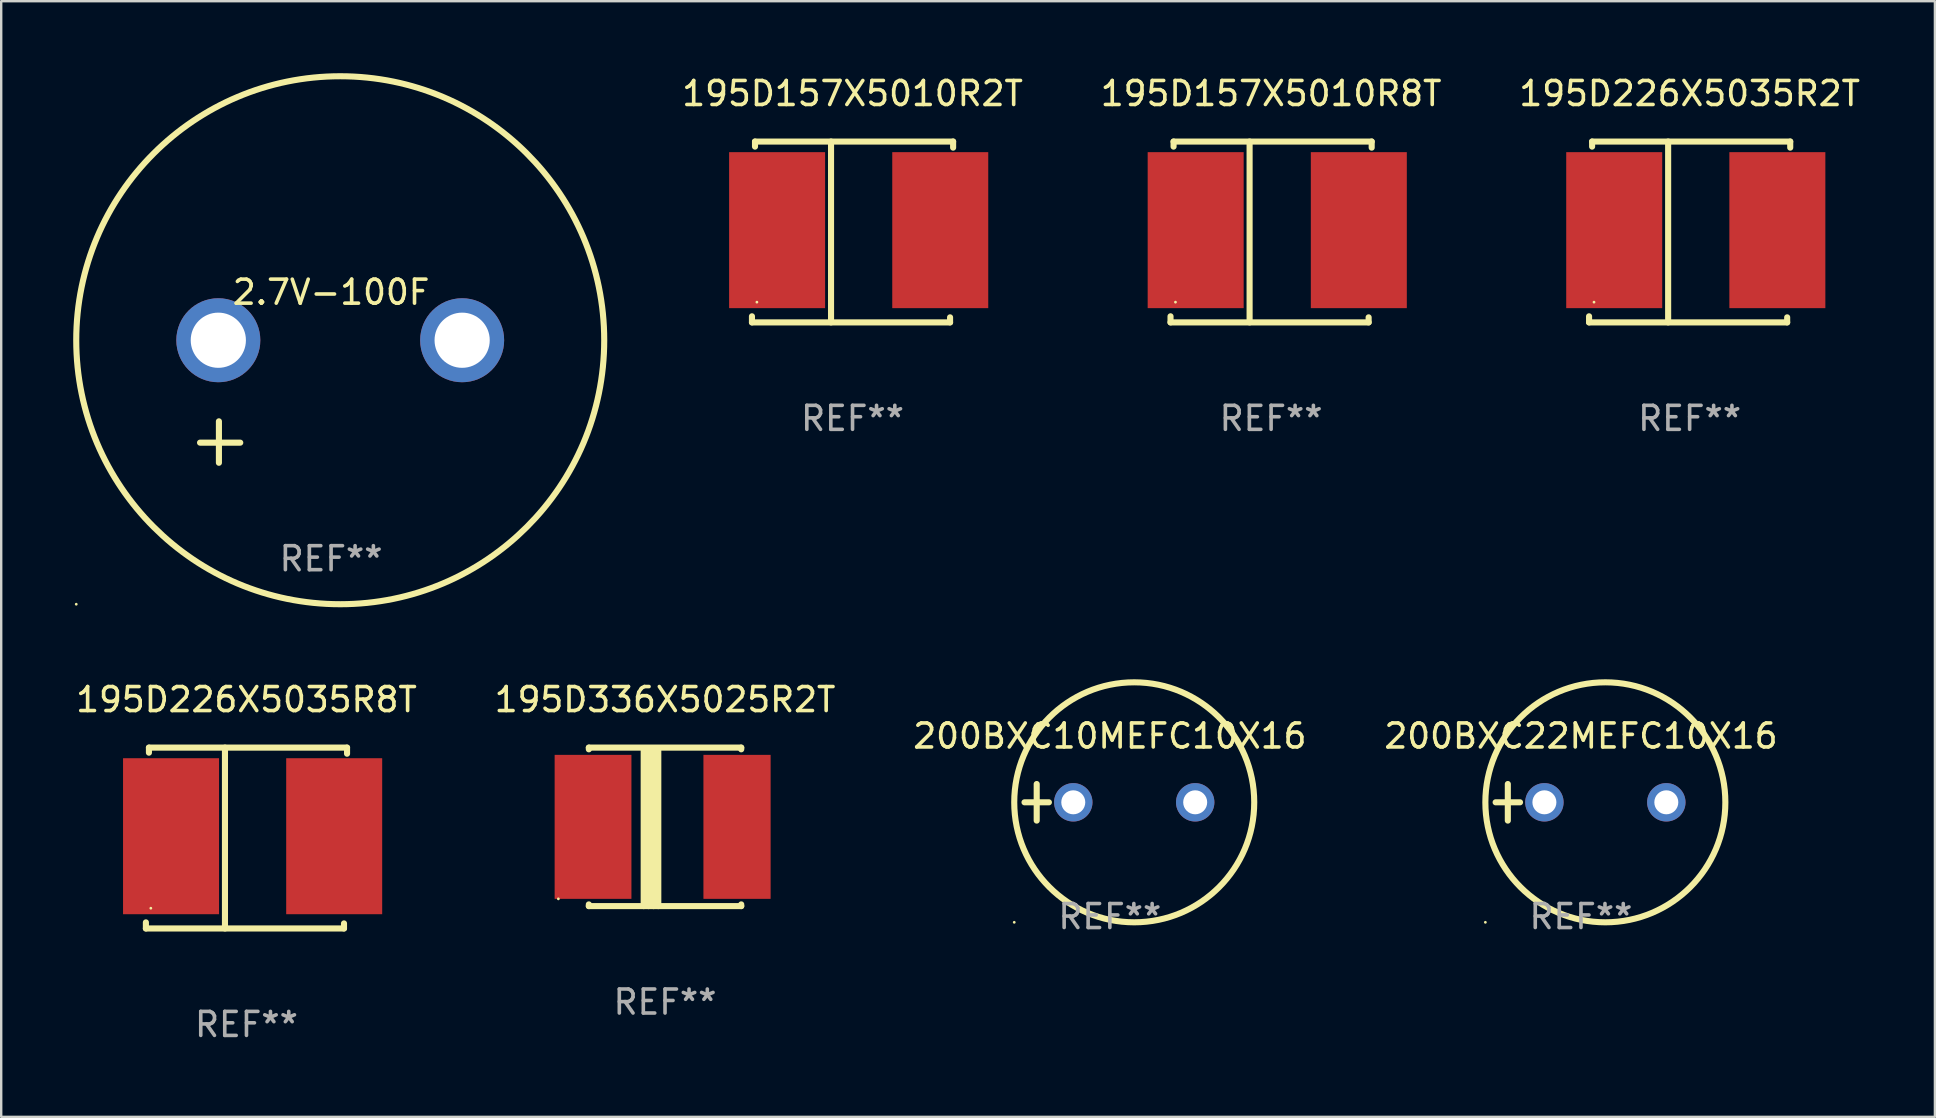
<source format=kicad_pcb>
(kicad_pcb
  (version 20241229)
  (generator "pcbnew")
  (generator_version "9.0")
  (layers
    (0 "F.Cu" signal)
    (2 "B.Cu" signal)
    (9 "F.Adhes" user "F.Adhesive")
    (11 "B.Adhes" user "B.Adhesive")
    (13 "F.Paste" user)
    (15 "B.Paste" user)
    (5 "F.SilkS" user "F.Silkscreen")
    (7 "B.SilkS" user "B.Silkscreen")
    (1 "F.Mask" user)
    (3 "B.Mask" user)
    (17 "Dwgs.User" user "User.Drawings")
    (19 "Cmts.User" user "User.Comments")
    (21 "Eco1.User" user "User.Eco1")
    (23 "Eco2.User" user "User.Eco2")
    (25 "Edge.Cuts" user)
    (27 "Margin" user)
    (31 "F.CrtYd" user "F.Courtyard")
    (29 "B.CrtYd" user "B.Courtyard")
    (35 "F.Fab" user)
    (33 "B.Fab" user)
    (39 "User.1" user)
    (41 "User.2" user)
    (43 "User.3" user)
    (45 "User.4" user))
  (footprint "195D157X5010R8T"
    (layer "F.Cu")
    (at 49.915 6.616)
    (property "Reference" "195D157X5010R8T" (at 0 -5.768 0) (layer "F.SilkS") (effects (font (size 1 1) (thickness 0.15))))
    (attr through_hole)
    (fp_line (start -4.191 3.768) (end -4.191 3.514) (stroke (width 0.254) (type solid)) (layer "F.SilkS"))
    (fp_line (start -4.064 -3.768) (end 4.191 -3.768) (stroke (width 0.254) (type solid)) (layer "F.SilkS"))
    (fp_line (start -4.064 -3.557) (end -4.064 -3.768) (stroke (width 0.254) (type solid)) (layer "F.SilkS"))
    (fp_line (start -0.896 -3.768) (end -0.896 3.768) (stroke (width 0.254) (type solid)) (layer "F.SilkS"))
    (fp_line (start 4.064 3.557) (end 4.064 3.768) (stroke (width 0.254) (type solid)) (layer "F.SilkS"))
    (fp_line (start 4.064 3.768) (end -4.191 3.768) (stroke (width 0.254) (type solid)) (layer "F.SilkS"))
    (fp_line (start 4.191 -3.768) (end 4.191 -3.514) (stroke (width 0.254) (type solid)) (layer "F.SilkS"))
    (fp_circle (center -3.985 2.924) (end -3.955 2.924) (stroke (width 0.06) (type solid)) (fill no) (layer "F.SilkS"))
    (fp_text user "REF**" (at 0 7.768 0) (layer "F.Fab") (effects (font (size 1 1) (thickness 0.15))))
    (pad "1" smd rect (at -3.143 -0.076 270) (size 6.5 4) (layers "F.Cu" "F.Mask" "F.Paste"))
    (pad "2" smd rect (at 3.655 -0.076 270) (size 6.5 4) (layers "F.Cu" "F.Mask" "F.Paste")))
  (footprint "2.7V-100F"
    (layer "F.Cu")
    (at 10.746 13.68)
    (property "Reference" "2.7V-100F" (at 0 -4.553 0) (layer "F.SilkS") (effects (font (size 1 1) (thickness 0.15))))
    (attr through_hole)
    (fp_line (start -4.674 2.553) (end -4.674 0.826) (stroke (width 0.254) (type solid)) (layer "F.SilkS"))
    (fp_line (start -3.785 1.715) (end -5.461 1.715) (stroke (width 0.254) (type solid)) (layer "F.SilkS"))
    (fp_circle (center -10.619 8.447) (end -10.589 8.447) (stroke (width 0.06) (type solid)) (fill no) (layer "F.SilkS"))
    (fp_circle (center 0.381 -2.553) (end 11.381 -2.553) (stroke (width 0.254) (type solid)) (fill no) (layer "F.SilkS"))
    (fp_text user "REF**" (at 0 6.553 0) (layer "F.Fab") (effects (font (size 1 1) (thickness 0.15))))
    (pad "1" thru_hole circle (at -4.699 -2.553) (size 3.5 3.5) (drill 2.3) (layers "*.Cu" "*.Mask"))
    (pad "2" thru_hole circle (at 5.461 -2.553) (size 3.5 3.5) (drill 2.3) (layers "*.Cu" "*.Mask")))
  (footprint "195D336X5025R2T"
    (layer "F.Cu")
    (at 24.661 31.404)
    (property "Reference" "195D336X5025R2T" (at 0 -5.302 0) (layer "F.SilkS") (effects (font (size 1 1) (thickness 0.15))))
    (attr through_hole)
    (fp_line (start -3.175 -3.231) (end -3.175 -3.302) (stroke (width 0.254) (type solid)) (layer "F.SilkS"))
    (fp_line (start -3.175 3.302) (end -3.175 3.231) (stroke (width 0.254) (type solid)) (layer "F.SilkS"))
    (fp_line (start -3.175 3.302) (end 3.175 3.302) (stroke (width 0.254) (type solid)) (layer "F.SilkS"))
    (fp_line (start -0.889 -3.175) (end -0.889 3.302) (stroke (width 0.254) (type solid)) (layer "F.SilkS"))
    (fp_line (start -0.688 -3.175) (end -0.688 3.302) (stroke (width 0.254) (type solid)) (layer "F.SilkS"))
    (fp_line (start -0.478 -3.175) (end -0.478 3.302) (stroke (width 0.254) (type solid)) (layer "F.SilkS"))
    (fp_line (start -0.281 -3.175) (end -0.281 3.302) (stroke (width 0.254) (type solid)) (layer "F.SilkS"))
    (fp_line (start 3.175 -3.302) (end -3.175 -3.302) (stroke (width 0.254) (type solid)) (layer "F.SilkS"))
    (fp_line (start 3.175 -3.302) (end 3.175 -3.231) (stroke (width 0.254) (type solid)) (layer "F.SilkS"))
    (fp_line (start 3.175 3.231) (end 3.175 3.302) (stroke (width 0.254) (type solid)) (layer "F.SilkS"))
    (fp_circle (center -4.445 3) (end -4.415 3) (stroke (width 0.06) (type solid)) (fill no) (layer "F.SilkS"))
    (fp_text user "REF**" (at 0 7.302 0) (layer "F.Fab") (effects (font (size 1 1) (thickness 0.15))))
    (pad "1" smd rect (at -3 0) (size 3.2 6) (layers "F.Cu" "F.Mask" "F.Paste"))
    (pad "2" smd rect (at 3 0) (size 2.8 6) (layers "F.Cu" "F.Mask" "F.Paste")))
  (footprint "195D157X5010R2T"
    (layer "F.Cu")
    (at 32.474 6.616)
    (property "Reference" "195D157X5010R2T" (at 0 -5.768 0) (layer "F.SilkS") (effects (font (size 1 1) (thickness 0.15))))
    (attr through_hole)
    (fp_line (start -4.191 3.768) (end -4.191 3.514) (stroke (width 0.254) (type solid)) (layer "F.SilkS"))
    (fp_line (start -4.064 -3.768) (end 4.191 -3.768) (stroke (width 0.254) (type solid)) (layer "F.SilkS"))
    (fp_line (start -4.064 -3.557) (end -4.064 -3.768) (stroke (width 0.254) (type solid)) (layer "F.SilkS"))
    (fp_line (start -0.896 -3.768) (end -0.896 3.768) (stroke (width 0.254) (type solid)) (layer "F.SilkS"))
    (fp_line (start 4.064 3.557) (end 4.064 3.768) (stroke (width 0.254) (type solid)) (layer "F.SilkS"))
    (fp_line (start 4.064 3.768) (end -4.191 3.768) (stroke (width 0.254) (type solid)) (layer "F.SilkS"))
    (fp_line (start 4.191 -3.768) (end 4.191 -3.514) (stroke (width 0.254) (type solid)) (layer "F.SilkS"))
    (fp_circle (center -3.985 2.924) (end -3.955 2.924) (stroke (width 0.06) (type solid)) (fill no) (layer "F.SilkS"))
    (fp_text user "REF**" (at 0 7.768 0) (layer "F.Fab") (effects (font (size 1 1) (thickness 0.15))))
    (pad "1" smd rect (at -3.143 -0.076 270) (size 6.5 4) (layers "F.Cu" "F.Mask" "F.Paste"))
    (pad "2" smd rect (at 3.655 -0.076 270) (size 6.5 4) (layers "F.Cu" "F.Mask" "F.Paste")))
  (footprint "200BXC10MEFC10X16"
    (layer "F.Cu")
    (at 43.196 30.381)
    (property "Reference" "200BXC10MEFC10X16" (at 0 -2.762 0) (layer "F.SilkS") (effects (font (size 1 1) (thickness 0.15))))
    (attr through_hole)
    (fp_line (start -3.556 0) (end -2.54 0) (stroke (width 0.254) (type solid)) (layer "F.SilkS"))
    (fp_line (start -3.048 -0.762) (end -3.048 0.762) (stroke (width 0.254) (type solid)) (layer "F.SilkS"))
    (fp_circle (center -3.984 5) (end -3.954 5) (stroke (width 0.06) (type solid)) (fill no) (layer "F.SilkS"))
    (fp_circle (center 1.016 0) (end 6.016 0) (stroke (width 0.254) (type solid)) (fill no) (layer "F.SilkS"))
    (fp_text user "REF**" (at 0 4.762 0) (layer "F.Fab") (effects (font (size 1 1) (thickness 0.15))))
    (pad "1" thru_hole circle (at -1.524 0) (size 1.6 1.6) (drill 1) (layers "*.Cu" "*.Mask"))
    (pad "2" thru_hole circle (at 3.556 0) (size 1.6 1.6) (drill 1) (layers "*.Cu" "*.Mask")))
  (footprint "195D226X5035R8T"
    (layer "F.Cu")
    (at 7.22 31.87)
    (property "Reference" "195D226X5035R8T" (at 0 -5.768 0) (layer "F.SilkS") (effects (font (size 1 1) (thickness 0.15))))
    (attr through_hole)
    (fp_line (start -4.191 3.768) (end -4.191 3.514) (stroke (width 0.254) (type solid)) (layer "F.SilkS"))
    (fp_line (start -4.064 -3.768) (end 4.191 -3.768) (stroke (width 0.254) (type solid)) (layer "F.SilkS"))
    (fp_line (start -4.064 -3.557) (end -4.064 -3.768) (stroke (width 0.254) (type solid)) (layer "F.SilkS"))
    (fp_line (start -0.896 -3.768) (end -0.896 3.768) (stroke (width 0.254) (type solid)) (layer "F.SilkS"))
    (fp_line (start 4.064 3.557) (end 4.064 3.768) (stroke (width 0.254) (type solid)) (layer "F.SilkS"))
    (fp_line (start 4.064 3.768) (end -4.191 3.768) (stroke (width 0.254) (type solid)) (layer "F.SilkS"))
    (fp_line (start 4.191 -3.768) (end 4.191 -3.514) (stroke (width 0.254) (type solid)) (layer "F.SilkS"))
    (fp_circle (center -3.985 2.924) (end -3.955 2.924) (stroke (width 0.06) (type solid)) (fill no) (layer "F.SilkS"))
    (fp_text user "REF**" (at 0 7.768 0) (layer "F.Fab") (effects (font (size 1 1) (thickness 0.15))))
    (pad "1" smd rect (at -3.143 -0.076 270) (size 6.5 4) (layers "F.Cu" "F.Mask" "F.Paste"))
    (pad "2" smd rect (at 3.655 -0.076 270) (size 6.5 4) (layers "F.Cu" "F.Mask" "F.Paste")))
  (footprint "195D226X5035R2T"
    (layer "F.Cu")
    (at 67.355 6.616)
    (property "Reference" "195D226X5035R2T" (at 0 -5.768 0) (layer "F.SilkS") (effects (font (size 1 1) (thickness 0.15))))
    (attr through_hole)
    (fp_line (start -4.191 3.768) (end -4.191 3.514) (stroke (width 0.254) (type solid)) (layer "F.SilkS"))
    (fp_line (start -4.064 -3.768) (end 4.191 -3.768) (stroke (width 0.254) (type solid)) (layer "F.SilkS"))
    (fp_line (start -4.064 -3.557) (end -4.064 -3.768) (stroke (width 0.254) (type solid)) (layer "F.SilkS"))
    (fp_line (start -0.896 -3.768) (end -0.896 3.768) (stroke (width 0.254) (type solid)) (layer "F.SilkS"))
    (fp_line (start 4.064 3.557) (end 4.064 3.768) (stroke (width 0.254) (type solid)) (layer "F.SilkS"))
    (fp_line (start 4.064 3.768) (end -4.191 3.768) (stroke (width 0.254) (type solid)) (layer "F.SilkS"))
    (fp_line (start 4.191 -3.768) (end 4.191 -3.514) (stroke (width 0.254) (type solid)) (layer "F.SilkS"))
    (fp_circle (center -3.985 2.924) (end -3.955 2.924) (stroke (width 0.06) (type solid)) (fill no) (layer "F.SilkS"))
    (fp_text user "REF**" (at 0 7.768 0) (layer "F.Fab") (effects (font (size 1 1) (thickness 0.15))))
    (pad "1" smd rect (at -3.143 -0.076 270) (size 6.5 4) (layers "F.Cu" "F.Mask" "F.Paste"))
    (pad "2" smd rect (at 3.655 -0.076 270) (size 6.5 4) (layers "F.Cu" "F.Mask" "F.Paste")))
  (footprint "200BXC22MEFC10X16"
    (layer "F.Cu")
    (at 62.827 30.381)
    (property "Reference" "200BXC22MEFC10X16" (at 0 -2.762 0) (layer "F.SilkS") (effects (font (size 1 1) (thickness 0.15))))
    (attr through_hole)
    (fp_line (start -3.556 0) (end -2.54 0) (stroke (width 0.254) (type solid)) (layer "F.SilkS"))
    (fp_line (start -3.048 -0.762) (end -3.048 0.762) (stroke (width 0.254) (type solid)) (layer "F.SilkS"))
    (fp_circle (center -3.984 5) (end -3.954 5) (stroke (width 0.06) (type solid)) (fill no) (layer "F.SilkS"))
    (fp_circle (center 1.016 0) (end 6.016 0) (stroke (width 0.254) (type solid)) (fill no) (layer "F.SilkS"))
    (fp_text user "REF**" (at 0 4.762 0) (layer "F.Fab") (effects (font (size 1 1) (thickness 0.15))))
    (pad "1" thru_hole circle (at -1.524 0) (size 1.6 1.6) (drill 1) (layers "*.Cu" "*.Mask"))
    (pad "2" thru_hole circle (at 3.556 0) (size 1.6 1.6) (drill 1) (layers "*.Cu" "*.Mask")))
  (gr_rect
    (start -3 -3)
    (end 77.575 43.487)
    (stroke (width 0.1) (type default))
    (fill no)
    (layer "Edge.Cuts")))
</source>
